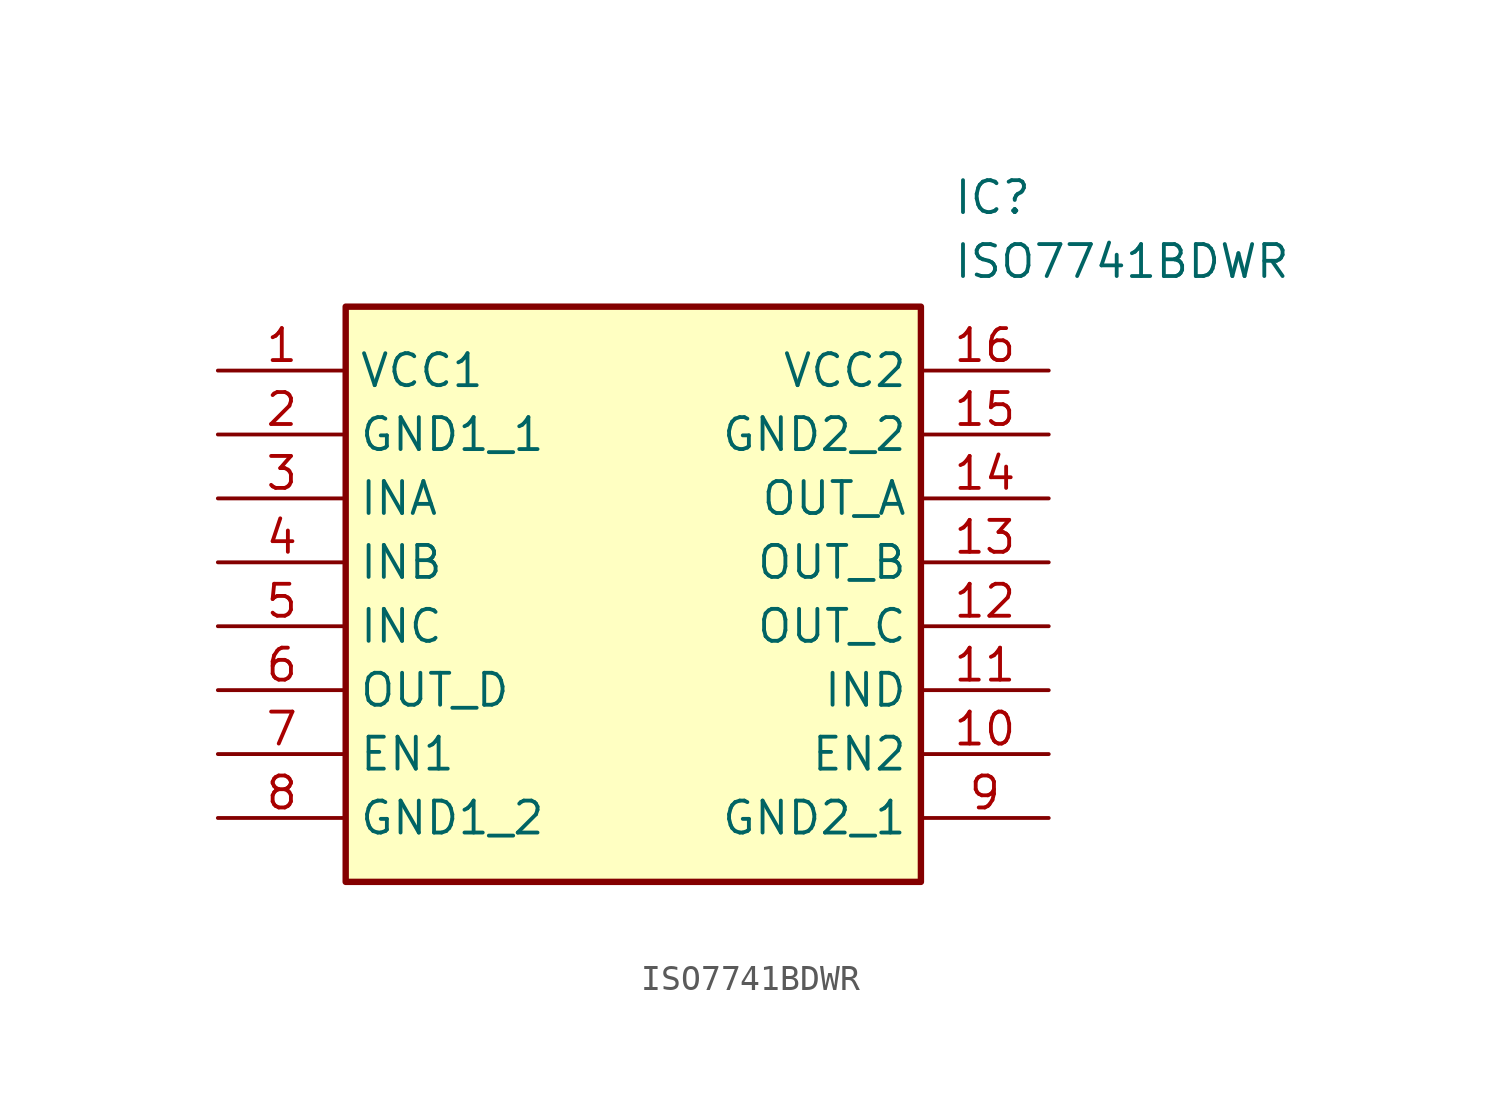
<source format=kicad_sym>
(kicad_symbol_lib
  (version 20211014)
  (generator SamacSys_ECAD_Model)
  (symbol "ISO7741BDWR"
    (property "Reference" "IC"
      (at 29.21 7.62 0)
      (effects (font (size 1.27 1.27)) (justify left top)))
    (property "Value" "ISO7741BDWR"
      (at 29.21 5.08 0)
      (effects (font (size 1.27 1.27)) (justify left top)))
    (rectangle
      (start 5.08 2.54)
      (end 27.94 -20.32)
      (stroke (width 0.254) (type default))
      (fill (type background)))
    (pin passive line
      (at 0 0 0)
      (length 5.08)
      (name "VCC1" (effects (font (size 1.27 1.27))))
      (number "1" (effects (font (size 1.27 1.27)))))
    (pin passive line
      (at 0 -2.54 0)
      (length 5.08)
      (name "GND1_1" (effects (font (size 1.27 1.27))))
      (number "2" (effects (font (size 1.27 1.27)))))
    (pin passive line
      (at 0 -5.08 0)
      (length 5.08)
      (name "INA" (effects (font (size 1.27 1.27))))
      (number "3" (effects (font (size 1.27 1.27)))))
    (pin passive line
      (at 0 -7.62 0)
      (length 5.08)
      (name "INB" (effects (font (size 1.27 1.27))))
      (number "4" (effects (font (size 1.27 1.27)))))
    (pin passive line
      (at 0 -10.16 0)
      (length 5.08)
      (name "INC" (effects (font (size 1.27 1.27))))
      (number "5" (effects (font (size 1.27 1.27)))))
    (pin passive line
      (at 0 -12.7 0)
      (length 5.08)
      (name "OUT_D" (effects (font (size 1.27 1.27))))
      (number "6" (effects (font (size 1.27 1.27)))))
    (pin passive line
      (at 0 -15.24 0)
      (length 5.08)
      (name "EN1" (effects (font (size 1.27 1.27))))
      (number "7" (effects (font (size 1.27 1.27)))))
    (pin passive line
      (at 0 -17.78 0)
      (length 5.08)
      (name "GND1_2" (effects (font (size 1.27 1.27))))
      (number "8" (effects (font (size 1.27 1.27)))))
    (pin passive line
      (at 33.02 0 180)
      (length 5.08)
      (name "VCC2" (effects (font (size 1.27 1.27))))
      (number "16" (effects (font (size 1.27 1.27)))))
    (pin passive line
      (at 33.02 -2.54 180)
      (length 5.08)
      (name "GND2_2" (effects (font (size 1.27 1.27))))
      (number "15" (effects (font (size 1.27 1.27)))))
    (pin passive line
      (at 33.02 -5.08 180)
      (length 5.08)
      (name "OUT_A" (effects (font (size 1.27 1.27))))
      (number "14" (effects (font (size 1.27 1.27)))))
    (pin passive line
      (at 33.02 -7.62 180)
      (length 5.08)
      (name "OUT_B" (effects (font (size 1.27 1.27))))
      (number "13" (effects (font (size 1.27 1.27)))))
    (pin passive line
      (at 33.02 -10.16 180)
      (length 5.08)
      (name "OUT_C" (effects (font (size 1.27 1.27))))
      (number "12" (effects (font (size 1.27 1.27)))))
    (pin passive line
      (at 33.02 -12.7 180)
      (length 5.08)
      (name "IND" (effects (font (size 1.27 1.27))))
      (number "11" (effects (font (size 1.27 1.27)))))
    (pin passive line
      (at 33.02 -15.24 180)
      (length 5.08)
      (name "EN2" (effects (font (size 1.27 1.27))))
      (number "10" (effects (font (size 1.27 1.27)))))
    (pin passive line
      (at 33.02 -17.78 180)
      (length 5.08)
      (name "GND2_1" (effects (font (size 1.27 1.27))))
      (number "9" (effects (font (size 1.27 1.27)))))))
</source>
